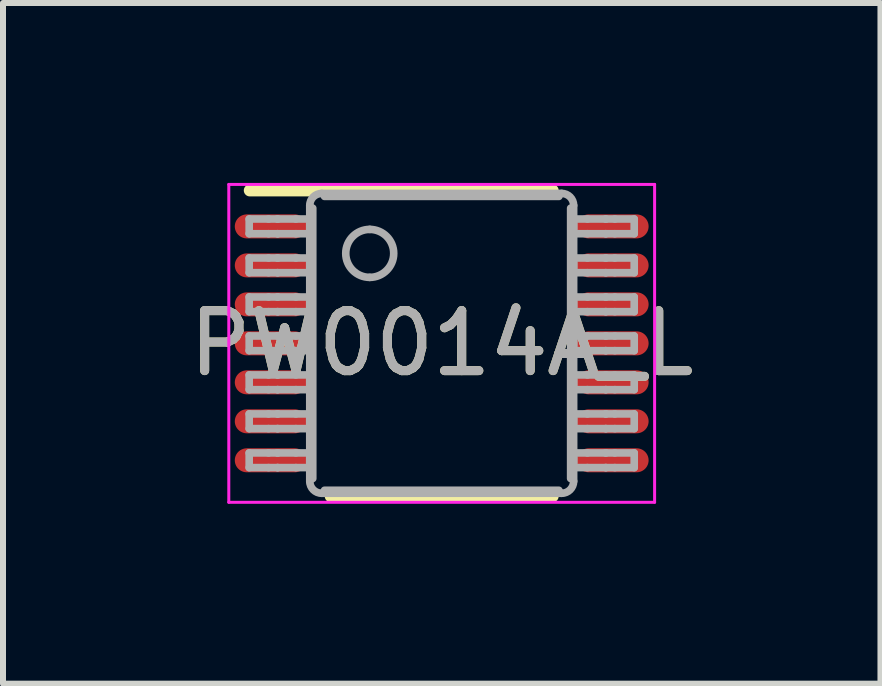
<source format=kicad_pcb>
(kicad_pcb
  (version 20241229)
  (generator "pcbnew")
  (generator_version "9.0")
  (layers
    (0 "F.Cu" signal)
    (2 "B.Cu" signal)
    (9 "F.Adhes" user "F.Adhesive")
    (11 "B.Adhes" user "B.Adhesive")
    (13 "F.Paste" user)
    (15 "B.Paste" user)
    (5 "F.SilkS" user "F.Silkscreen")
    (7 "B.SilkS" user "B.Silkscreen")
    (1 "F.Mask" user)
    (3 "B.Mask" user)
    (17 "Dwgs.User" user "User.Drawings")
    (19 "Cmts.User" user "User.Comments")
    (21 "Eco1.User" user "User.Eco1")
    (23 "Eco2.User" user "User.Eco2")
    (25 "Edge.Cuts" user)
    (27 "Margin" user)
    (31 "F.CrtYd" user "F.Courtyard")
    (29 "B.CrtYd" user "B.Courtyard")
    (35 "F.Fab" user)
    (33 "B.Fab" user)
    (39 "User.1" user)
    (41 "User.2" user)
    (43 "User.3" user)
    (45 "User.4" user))
  (footprint "PW0014A_L"
    (layer "F.Cu")
    (at 4.315 2.675)
    (property "Reference" "PW0014A_L" (at 0 0 0) (unlocked yes) (layer "F.SilkS") (effects (font (size 1 1) (thickness 0.15))))
    (attr smd)
    (fp_line (start -3.2 -2.55) (end 1.85 -2.55) (stroke (width 0.2) (type solid)) (layer "F.SilkS"))
    (fp_line (start -1.85 2.55) (end 1.85 2.55) (stroke (width 0.2) (type solid)) (layer "F.SilkS"))
    (fp_line (start -3.55 -2.65) (end 3.55 -2.65) (stroke (width 0.05) (type solid)) (layer "F.CrtYd"))
    (fp_line (start -3.55 2.65) (end -3.55 -2.65) (stroke (width 0.05) (type solid)) (layer "F.CrtYd"))
    (fp_line (start -3.55 2.65) (end 3.55 2.65) (stroke (width 0.05) (type solid)) (layer "F.CrtYd"))
    (fp_line (start 3.55 2.65) (end 3.55 -2.65) (stroke (width 0.05) (type solid)) (layer "F.CrtYd"))
    (fp_line (start -3.21 -2.073) (end -2.887 -2.073) (stroke (width 0.127) (type solid)) (layer "F.Fab"))
    (fp_line (start -3.21 -1.828) (end -3.21 -2.073) (stroke (width 0.127) (type solid)) (layer "F.Fab"))
    (fp_line (start -3.21 -1.828) (end -2.887 -1.828) (stroke (width 0.127) (type solid)) (layer "F.Fab"))
    (fp_line (start -3.21 -1.423) (end -2.887 -1.423) (stroke (width 0.127) (type solid)) (layer "F.Fab"))
    (fp_line (start -3.21 -1.178) (end -3.21 -1.423) (stroke (width 0.127) (type solid)) (layer "F.Fab"))
    (fp_line (start -3.21 -1.178) (end -2.887 -1.178) (stroke (width 0.127) (type solid)) (layer "F.Fab"))
    (fp_line (start -3.21 -0.773) (end -2.887 -0.773) (stroke (width 0.127) (type solid)) (layer "F.Fab"))
    (fp_line (start -3.21 -0.528) (end -3.21 -0.773) (stroke (width 0.127) (type solid)) (layer "F.Fab"))
    (fp_line (start -3.21 -0.528) (end -2.887 -0.528) (stroke (width 0.127) (type solid)) (layer "F.Fab"))
    (fp_line (start -3.21 -0.123) (end -2.887 -0.123) (stroke (width 0.127) (type solid)) (layer "F.Fab"))
    (fp_line (start -3.21 0.122) (end -3.21 -0.123) (stroke (width 0.127) (type solid)) (layer "F.Fab"))
    (fp_line (start -3.21 0.122) (end -2.887 0.122) (stroke (width 0.127) (type solid)) (layer "F.Fab"))
    (fp_line (start -3.21 0.527) (end -2.887 0.527) (stroke (width 0.127) (type solid)) (layer "F.Fab"))
    (fp_line (start -3.21 0.772) (end -3.21 0.527) (stroke (width 0.127) (type solid)) (layer "F.Fab"))
    (fp_line (start -3.21 0.772) (end -2.887 0.772) (stroke (width 0.127) (type solid)) (layer "F.Fab"))
    (fp_line (start -3.21 1.177) (end -2.887 1.177) (stroke (width 0.127) (type solid)) (layer "F.Fab"))
    (fp_line (start -3.21 1.422) (end -3.21 1.177) (stroke (width 0.127) (type solid)) (layer "F.Fab"))
    (fp_line (start -3.21 1.422) (end -2.887 1.422) (stroke (width 0.127) (type solid)) (layer "F.Fab"))
    (fp_line (start -3.21 1.827) (end -2.887 1.827) (stroke (width 0.127) (type solid)) (layer "F.Fab"))
    (fp_line (start -3.21 2.072) (end -3.21 1.827) (stroke (width 0.127) (type solid)) (layer "F.Fab"))
    (fp_line (start -3.21 2.072) (end -2.887 2.072) (stroke (width 0.127) (type solid)) (layer "F.Fab"))
    (fp_line (start -2.887 -2.073) (end -2.739 -2.073) (stroke (width 0.127) (type solid)) (layer "F.Fab"))
    (fp_line (start -2.887 -1.828) (end -2.739 -1.828) (stroke (width 0.127) (type solid)) (layer "F.Fab"))
    (fp_line (start -2.887 -1.423) (end -2.739 -1.423) (stroke (width 0.127) (type solid)) (layer "F.Fab"))
    (fp_line (start -2.887 -1.178) (end -2.739 -1.178) (stroke (width 0.127) (type solid)) (layer "F.Fab"))
    (fp_line (start -2.887 -0.773) (end -2.739 -0.773) (stroke (width 0.127) (type solid)) (layer "F.Fab"))
    (fp_line (start -2.887 -0.528) (end -2.739 -0.528) (stroke (width 0.127) (type solid)) (layer "F.Fab"))
    (fp_line (start -2.887 -0.123) (end -2.739 -0.123) (stroke (width 0.127) (type solid)) (layer "F.Fab"))
    (fp_line (start -2.887 0.122) (end -2.739 0.122) (stroke (width 0.127) (type solid)) (layer "F.Fab"))
    (fp_line (start -2.887 0.527) (end -2.739 0.527) (stroke (width 0.127) (type solid)) (layer "F.Fab"))
    (fp_line (start -2.887 0.772) (end -2.739 0.772) (stroke (width 0.127) (type solid)) (layer "F.Fab"))
    (fp_line (start -2.887 1.177) (end -2.739 1.177) (stroke (width 0.127) (type solid)) (layer "F.Fab"))
    (fp_line (start -2.887 1.422) (end -2.739 1.422) (stroke (width 0.127) (type solid)) (layer "F.Fab"))
    (fp_line (start -2.887 1.827) (end -2.739 1.827) (stroke (width 0.127) (type solid)) (layer "F.Fab"))
    (fp_line (start -2.887 2.072) (end -2.739 2.072) (stroke (width 0.127) (type solid)) (layer "F.Fab"))
    (fp_line (start -2.739 -2.073) (end -2.733 -2.073) (stroke (width 0.127) (type solid)) (layer "F.Fab"))
    (fp_line (start -2.739 -1.828) (end -2.733 -1.828) (stroke (width 0.127) (type solid)) (layer "F.Fab"))
    (fp_line (start -2.739 -1.423) (end -2.733 -1.423) (stroke (width 0.127) (type solid)) (layer "F.Fab"))
    (fp_line (start -2.739 -1.178) (end -2.733 -1.178) (stroke (width 0.127) (type solid)) (layer "F.Fab"))
    (fp_line (start -2.739 -0.773) (end -2.733 -0.773) (stroke (width 0.127) (type solid)) (layer "F.Fab"))
    (fp_line (start -2.739 -0.528) (end -2.733 -0.528) (stroke (width 0.127) (type solid)) (layer "F.Fab"))
    (fp_line (start -2.739 -0.123) (end -2.733 -0.123) (stroke (width 0.127) (type solid)) (layer "F.Fab"))
    (fp_line (start -2.739 0.122) (end -2.733 0.122) (stroke (width 0.127) (type solid)) (layer "F.Fab"))
    (fp_line (start -2.739 0.527) (end -2.733 0.527) (stroke (width 0.127) (type solid)) (layer "F.Fab"))
    (fp_line (start -2.739 0.772) (end -2.733 0.772) (stroke (width 0.127) (type solid)) (layer "F.Fab"))
    (fp_line (start -2.739 1.177) (end -2.733 1.177) (stroke (width 0.127) (type solid)) (layer "F.Fab"))
    (fp_line (start -2.739 1.422) (end -2.733 1.422) (stroke (width 0.127) (type solid)) (layer "F.Fab"))
    (fp_line (start -2.739 1.827) (end -2.733 1.827) (stroke (width 0.127) (type solid)) (layer "F.Fab"))
    (fp_line (start -2.739 2.072) (end -2.733 2.072) (stroke (width 0.127) (type solid)) (layer "F.Fab"))
    (fp_line (start -2.733 -2.073) (end -2.431 -2.073) (stroke (width 0.127) (type solid)) (layer "F.Fab"))
    (fp_line (start -2.733 -1.828) (end -2.431 -1.828) (stroke (width 0.127) (type solid)) (layer "F.Fab"))
    (fp_line (start -2.733 -1.423) (end -2.431 -1.423) (stroke (width 0.127) (type solid)) (layer "F.Fab"))
    (fp_line (start -2.733 -1.178) (end -2.431 -1.178) (stroke (width 0.127) (type solid)) (layer "F.Fab"))
    (fp_line (start -2.733 -0.773) (end -2.431 -0.773) (stroke (width 0.127) (type solid)) (layer "F.Fab"))
    (fp_line (start -2.733 -0.528) (end -2.431 -0.528) (stroke (width 0.127) (type solid)) (layer "F.Fab"))
    (fp_line (start -2.733 -0.123) (end -2.431 -0.123) (stroke (width 0.127) (type solid)) (layer "F.Fab"))
    (fp_line (start -2.733 0.122) (end -2.431 0.122) (stroke (width 0.127) (type solid)) (layer "F.Fab"))
    (fp_line (start -2.733 0.527) (end -2.431 0.527) (stroke (width 0.127) (type solid)) (layer "F.Fab"))
    (fp_line (start -2.733 0.772) (end -2.431 0.772) (stroke (width 0.127) (type solid)) (layer "F.Fab"))
    (fp_line (start -2.733 1.177) (end -2.431 1.177) (stroke (width 0.127) (type solid)) (layer "F.Fab"))
    (fp_line (start -2.733 1.422) (end -2.431 1.422) (stroke (width 0.127) (type solid)) (layer "F.Fab"))
    (fp_line (start -2.733 1.827) (end -2.431 1.827) (stroke (width 0.127) (type solid)) (layer "F.Fab"))
    (fp_line (start -2.733 2.072) (end -2.431 2.072) (stroke (width 0.127) (type solid)) (layer "F.Fab"))
    (fp_line (start -2.431 -2.073) (end -2.2 -2.073) (stroke (width 0.127) (type solid)) (layer "F.Fab"))
    (fp_line (start -2.431 -1.828) (end -2.2 -1.828) (stroke (width 0.127) (type solid)) (layer "F.Fab"))
    (fp_line (start -2.431 -1.423) (end -2.2 -1.423) (stroke (width 0.127) (type solid)) (layer "F.Fab"))
    (fp_line (start -2.431 -1.178) (end -2.2 -1.178) (stroke (width 0.127) (type solid)) (layer "F.Fab"))
    (fp_line (start -2.431 -0.773) (end -2.2 -0.773) (stroke (width 0.127) (type solid)) (layer "F.Fab"))
    (fp_line (start -2.431 -0.528) (end -2.2 -0.528) (stroke (width 0.127) (type solid)) (layer "F.Fab"))
    (fp_line (start -2.431 -0.123) (end -2.2 -0.123) (stroke (width 0.127) (type solid)) (layer "F.Fab"))
    (fp_line (start -2.431 0.122) (end -2.2 0.122) (stroke (width 0.127) (type solid)) (layer "F.Fab"))
    (fp_line (start -2.431 0.527) (end -2.2 0.527) (stroke (width 0.127) (type solid)) (layer "F.Fab"))
    (fp_line (start -2.431 0.772) (end -2.2 0.772) (stroke (width 0.127) (type solid)) (layer "F.Fab"))
    (fp_line (start -2.431 1.177) (end -2.2 1.177) (stroke (width 0.127) (type solid)) (layer "F.Fab"))
    (fp_line (start -2.431 1.422) (end -2.2 1.422) (stroke (width 0.127) (type solid)) (layer "F.Fab"))
    (fp_line (start -2.431 1.827) (end -2.2 1.827) (stroke (width 0.127) (type solid)) (layer "F.Fab"))
    (fp_line (start -2.431 2.072) (end -2.2 2.072) (stroke (width 0.127) (type solid)) (layer "F.Fab"))
    (fp_line (start -2.2 -1.828) (end -2.2 -2.073) (stroke (width 0.127) (type solid)) (layer "F.Fab"))
    (fp_line (start -2.2 -1.178) (end -2.2 -1.423) (stroke (width 0.127) (type solid)) (layer "F.Fab"))
    (fp_line (start -2.2 -0.528) (end -2.2 -0.773) (stroke (width 0.127) (type solid)) (layer "F.Fab"))
    (fp_line (start -2.2 0.122) (end -2.2 -0.123) (stroke (width 0.127) (type solid)) (layer "F.Fab"))
    (fp_line (start -2.2 0.772) (end -2.2 0.527) (stroke (width 0.127) (type solid)) (layer "F.Fab"))
    (fp_line (start -2.2 1.422) (end -2.2 1.177) (stroke (width 0.127) (type solid)) (layer "F.Fab"))
    (fp_line (start -2.2 2.072) (end -2.2 1.827) (stroke (width 0.127) (type solid)) (layer "F.Fab"))
    (fp_line (start -2.2 2.3) (end -2.2 -2.3) (stroke (width 0.127) (type solid)) (layer "F.Fab"))
    (fp_line (start -2.15 2.254) (end -2.15 -2.254) (stroke (width 0.127) (type solid)) (layer "F.Fab"))
    (fp_line (start -2 -2.5) (end 2 -2.5) (stroke (width 0.127) (type solid)) (layer "F.Fab"))
    (fp_line (start -2 2.5) (end 2 2.5) (stroke (width 0.127) (type solid)) (layer "F.Fab"))
    (fp_line (start -1.954 -2.45) (end 1.954 -2.45) (stroke (width 0.127) (type solid)) (layer "F.Fab"))
    (fp_line (start -1.954 2.45) (end 1.954 2.45) (stroke (width 0.127) (type solid)) (layer "F.Fab"))
    (fp_line (start 2.15 2.254) (end 2.15 -2.254) (stroke (width 0.127) (type solid)) (layer "F.Fab"))
    (fp_line (start 2.2 -2.073) (end 2.43 -2.073) (stroke (width 0.127) (type solid)) (layer "F.Fab"))
    (fp_line (start 2.2 -1.828) (end 2.2 -2.073) (stroke (width 0.127) (type solid)) (layer "F.Fab"))
    (fp_line (start 2.2 -1.828) (end 2.43 -1.828) (stroke (width 0.127) (type solid)) (layer "F.Fab"))
    (fp_line (start 2.2 -1.423) (end 2.43 -1.423) (stroke (width 0.127) (type solid)) (layer "F.Fab"))
    (fp_line (start 2.2 -1.178) (end 2.2 -1.423) (stroke (width 0.127) (type solid)) (layer "F.Fab"))
    (fp_line (start 2.2 -1.178) (end 2.43 -1.178) (stroke (width 0.127) (type solid)) (layer "F.Fab"))
    (fp_line (start 2.2 -0.773) (end 2.43 -0.773) (stroke (width 0.127) (type solid)) (layer "F.Fab"))
    (fp_line (start 2.2 -0.528) (end 2.2 -0.773) (stroke (width 0.127) (type solid)) (layer "F.Fab"))
    (fp_line (start 2.2 -0.528) (end 2.43 -0.528) (stroke (width 0.127) (type solid)) (layer "F.Fab"))
    (fp_line (start 2.2 -0.123) (end 2.43 -0.123) (stroke (width 0.127) (type solid)) (layer "F.Fab"))
    (fp_line (start 2.2 0.122) (end 2.2 -0.123) (stroke (width 0.127) (type solid)) (layer "F.Fab"))
    (fp_line (start 2.2 0.122) (end 2.43 0.122) (stroke (width 0.127) (type solid)) (layer "F.Fab"))
    (fp_line (start 2.2 0.527) (end 2.43 0.527) (stroke (width 0.127) (type solid)) (layer "F.Fab"))
    (fp_line (start 2.2 0.772) (end 2.2 0.527) (stroke (width 0.127) (type solid)) (layer "F.Fab"))
    (fp_line (start 2.2 0.772) (end 2.43 0.772) (stroke (width 0.127) (type solid)) (layer "F.Fab"))
    (fp_line (start 2.2 1.177) (end 2.43 1.177) (stroke (width 0.127) (type solid)) (layer "F.Fab"))
    (fp_line (start 2.2 1.422) (end 2.2 1.177) (stroke (width 0.127) (type solid)) (layer "F.Fab"))
    (fp_line (start 2.2 1.422) (end 2.43 1.422) (stroke (width 0.127) (type solid)) (layer "F.Fab"))
    (fp_line (start 2.2 1.827) (end 2.43 1.827) (stroke (width 0.127) (type solid)) (layer "F.Fab"))
    (fp_line (start 2.2 2.072) (end 2.2 1.827) (stroke (width 0.127) (type solid)) (layer "F.Fab"))
    (fp_line (start 2.2 2.072) (end 2.43 2.072) (stroke (width 0.127) (type solid)) (layer "F.Fab"))
    (fp_line (start 2.2 2.3) (end 2.2 -2.3) (stroke (width 0.127) (type solid)) (layer "F.Fab"))
    (fp_line (start 2.43 -2.073) (end 2.733 -2.073) (stroke (width 0.127) (type solid)) (layer "F.Fab"))
    (fp_line (start 2.43 -1.828) (end 2.733 -1.828) (stroke (width 0.127) (type solid)) (layer "F.Fab"))
    (fp_line (start 2.43 -1.423) (end 2.733 -1.423) (stroke (width 0.127) (type solid)) (layer "F.Fab"))
    (fp_line (start 2.43 -1.178) (end 2.733 -1.178) (stroke (width 0.127) (type solid)) (layer "F.Fab"))
    (fp_line (start 2.43 -0.773) (end 2.733 -0.773) (stroke (width 0.127) (type solid)) (layer "F.Fab"))
    (fp_line (start 2.43 -0.528) (end 2.733 -0.528) (stroke (width 0.127) (type solid)) (layer "F.Fab"))
    (fp_line (start 2.43 -0.123) (end 2.733 -0.123) (stroke (width 0.127) (type solid)) (layer "F.Fab"))
    (fp_line (start 2.43 0.122) (end 2.733 0.122) (stroke (width 0.127) (type solid)) (layer "F.Fab"))
    (fp_line (start 2.43 0.527) (end 2.733 0.527) (stroke (width 0.127) (type solid)) (layer "F.Fab"))
    (fp_line (start 2.43 0.772) (end 2.733 0.772) (stroke (width 0.127) (type solid)) (layer "F.Fab"))
    (fp_line (start 2.43 1.177) (end 2.733 1.177) (stroke (width 0.127) (type solid)) (layer "F.Fab"))
    (fp_line (start 2.43 1.422) (end 2.733 1.422) (stroke (width 0.127) (type solid)) (layer "F.Fab"))
    (fp_line (start 2.43 1.827) (end 2.733 1.827) (stroke (width 0.127) (type solid)) (layer "F.Fab"))
    (fp_line (start 2.43 2.072) (end 2.733 2.072) (stroke (width 0.127) (type solid)) (layer "F.Fab"))
    (fp_line (start 2.733 -2.073) (end 2.739 -2.073) (stroke (width 0.127) (type solid)) (layer "F.Fab"))
    (fp_line (start 2.733 -1.828) (end 2.739 -1.828) (stroke (width 0.127) (type solid)) (layer "F.Fab"))
    (fp_line (start 2.733 -1.423) (end 2.739 -1.423) (stroke (width 0.127) (type solid)) (layer "F.Fab"))
    (fp_line (start 2.733 -1.178) (end 2.739 -1.178) (stroke (width 0.127) (type solid)) (layer "F.Fab"))
    (fp_line (start 2.733 -0.773) (end 2.739 -0.773) (stroke (width 0.127) (type solid)) (layer "F.Fab"))
    (fp_line (start 2.733 -0.528) (end 2.739 -0.528) (stroke (width 0.127) (type solid)) (layer "F.Fab"))
    (fp_line (start 2.733 -0.123) (end 2.739 -0.123) (stroke (width 0.127) (type solid)) (layer "F.Fab"))
    (fp_line (start 2.733 0.122) (end 2.739 0.122) (stroke (width 0.127) (type solid)) (layer "F.Fab"))
    (fp_line (start 2.733 0.527) (end 2.739 0.527) (stroke (width 0.127) (type solid)) (layer "F.Fab"))
    (fp_line (start 2.733 0.772) (end 2.739 0.772) (stroke (width 0.127) (type solid)) (layer "F.Fab"))
    (fp_line (start 2.733 1.177) (end 2.739 1.177) (stroke (width 0.127) (type solid)) (layer "F.Fab"))
    (fp_line (start 2.733 1.422) (end 2.739 1.422) (stroke (width 0.127) (type solid)) (layer "F.Fab"))
    (fp_line (start 2.733 1.827) (end 2.739 1.827) (stroke (width 0.127) (type solid)) (layer "F.Fab"))
    (fp_line (start 2.733 2.072) (end 2.739 2.072) (stroke (width 0.127) (type solid)) (layer "F.Fab"))
    (fp_line (start 2.739 -2.073) (end 2.887 -2.073) (stroke (width 0.127) (type solid)) (layer "F.Fab"))
    (fp_line (start 2.739 -1.828) (end 2.887 -1.828) (stroke (width 0.127) (type solid)) (layer "F.Fab"))
    (fp_line (start 2.739 -1.423) (end 2.887 -1.423) (stroke (width 0.127) (type solid)) (layer "F.Fab"))
    (fp_line (start 2.739 -1.178) (end 2.887 -1.178) (stroke (width 0.127) (type solid)) (layer "F.Fab"))
    (fp_line (start 2.739 -0.773) (end 2.887 -0.773) (stroke (width 0.127) (type solid)) (layer "F.Fab"))
    (fp_line (start 2.739 -0.528) (end 2.887 -0.528) (stroke (width 0.127) (type solid)) (layer "F.Fab"))
    (fp_line (start 2.739 -0.123) (end 2.887 -0.123) (stroke (width 0.127) (type solid)) (layer "F.Fab"))
    (fp_line (start 2.739 0.122) (end 2.887 0.122) (stroke (width 0.127) (type solid)) (layer "F.Fab"))
    (fp_line (start 2.739 0.527) (end 2.887 0.527) (stroke (width 0.127) (type solid)) (layer "F.Fab"))
    (fp_line (start 2.739 0.772) (end 2.887 0.772) (stroke (width 0.127) (type solid)) (layer "F.Fab"))
    (fp_line (start 2.739 1.177) (end 2.887 1.177) (stroke (width 0.127) (type solid)) (layer "F.Fab"))
    (fp_line (start 2.739 1.422) (end 2.887 1.422) (stroke (width 0.127) (type solid)) (layer "F.Fab"))
    (fp_line (start 2.739 1.827) (end 2.887 1.827) (stroke (width 0.127) (type solid)) (layer "F.Fab"))
    (fp_line (start 2.739 2.072) (end 2.887 2.072) (stroke (width 0.127) (type solid)) (layer "F.Fab"))
    (fp_line (start 2.887 -2.073) (end 3.21 -2.073) (stroke (width 0.127) (type solid)) (layer "F.Fab"))
    (fp_line (start 2.887 -1.828) (end 3.21 -1.828) (stroke (width 0.127) (type solid)) (layer "F.Fab"))
    (fp_line (start 2.887 -1.423) (end 3.21 -1.423) (stroke (width 0.127) (type solid)) (layer "F.Fab"))
    (fp_line (start 2.887 -1.178) (end 3.21 -1.178) (stroke (width 0.127) (type solid)) (layer "F.Fab"))
    (fp_line (start 2.887 -0.773) (end 3.21 -0.773) (stroke (width 0.127) (type solid)) (layer "F.Fab"))
    (fp_line (start 2.887 -0.528) (end 3.21 -0.528) (stroke (width 0.127) (type solid)) (layer "F.Fab"))
    (fp_line (start 2.887 -0.123) (end 3.21 -0.123) (stroke (width 0.127) (type solid)) (layer "F.Fab"))
    (fp_line (start 2.887 0.122) (end 3.21 0.122) (stroke (width 0.127) (type solid)) (layer "F.Fab"))
    (fp_line (start 2.887 0.527) (end 3.21 0.527) (stroke (width 0.127) (type solid)) (layer "F.Fab"))
    (fp_line (start 2.887 0.772) (end 3.21 0.772) (stroke (width 0.127) (type solid)) (layer "F.Fab"))
    (fp_line (start 2.887 1.177) (end 3.21 1.177) (stroke (width 0.127) (type solid)) (layer "F.Fab"))
    (fp_line (start 2.887 1.422) (end 3.21 1.422) (stroke (width 0.127) (type solid)) (layer "F.Fab"))
    (fp_line (start 2.887 1.827) (end 3.21 1.827) (stroke (width 0.127) (type solid)) (layer "F.Fab"))
    (fp_line (start 2.887 2.072) (end 3.21 2.072) (stroke (width 0.127) (type solid)) (layer "F.Fab"))
    (fp_line (start 3.21 -1.828) (end 3.21 -2.073) (stroke (width 0.127) (type solid)) (layer "F.Fab"))
    (fp_line (start 3.21 -1.178) (end 3.21 -1.423) (stroke (width 0.127) (type solid)) (layer "F.Fab"))
    (fp_line (start 3.21 -0.528) (end 3.21 -0.773) (stroke (width 0.127) (type solid)) (layer "F.Fab"))
    (fp_line (start 3.21 0.122) (end 3.21 -0.123) (stroke (width 0.127) (type solid)) (layer "F.Fab"))
    (fp_line (start 3.21 0.772) (end 3.21 0.527) (stroke (width 0.127) (type solid)) (layer "F.Fab"))
    (fp_line (start 3.21 1.422) (end 3.21 1.177) (stroke (width 0.127) (type solid)) (layer "F.Fab"))
    (fp_line (start 3.21 2.072) (end 3.21 1.827) (stroke (width 0.127) (type solid)) (layer "F.Fab"))
    (fp_arc (start -2.200001 -2.3) (mid -2.141422 -2.441421) (end -2.000001 -2.5) (stroke (width 0.127) (type solid)) (layer "F.Fab"))
    (fp_arc (start -2.000001 2.49999) (mid -2.141422 2.441412) (end -2.200001 2.29999) (stroke (width 0.127) (type solid)) (layer "F.Fab"))
    (fp_arc (start -1.200003 -1.900001) (mid -0.800003 -1.500002) (end -1.200003 -1.100003) (stroke (width 0.127) (type solid)) (layer "F.Fab"))
    (fp_arc (start -1.200003 -1.100003) (mid -1.600002 -1.500002) (end -1.200003 -1.900001) (stroke (width 0.127) (type solid)) (layer "F.Fab"))
    (fp_arc (start 1.999991 -2.5) (mid 2.141412 -2.441422) (end 2.199991 -2.3) (stroke (width 0.127) (type solid)) (layer "F.Fab"))
    (fp_arc (start 2.199991 2.29999) (mid 2.141412 2.441411) (end 1.999991 2.49999) (stroke (width 0.127) (type solid)) (layer "F.Fab"))
    (fp_text user "${REFERENCE}" (at 0 0 0) (unlocked yes) (layer "F.Fab") (effects (font (size 1 1) (thickness 0.15))))
    (pad "1" smd oval (at -2.85 -1.95 90) (size 0.4 1.2) (layers "F.Cu" "F.Mask" "F.Paste"))
    (pad "2" smd oval (at -2.85 -1.3 90) (size 0.4 1.2) (layers "F.Cu" "F.Mask" "F.Paste"))
    (pad "3" smd oval (at -2.85 -0.65 90) (size 0.4 1.2) (layers "F.Cu" "F.Mask" "F.Paste"))
    (pad "4" smd oval (at -2.85 0 90) (size 0.4 1.2) (layers "F.Cu" "F.Mask" "F.Paste"))
    (pad "5" smd oval (at -2.85 0.65 90) (size 0.4 1.2) (layers "F.Cu" "F.Mask" "F.Paste"))
    (pad "6" smd oval (at -2.85 1.3 90) (size 0.4 1.2) (layers "F.Cu" "F.Mask" "F.Paste"))
    (pad "7" smd oval (at -2.85 1.95 90) (size 0.4 1.2) (layers "F.Cu" "F.Mask" "F.Paste"))
    (pad "8" smd oval (at 2.85 1.95 90) (size 0.4 1.2) (layers "F.Cu" "F.Mask" "F.Paste"))
    (pad "9" smd oval (at 2.85 1.3 90) (size 0.4 1.2) (layers "F.Cu" "F.Mask" "F.Paste"))
    (pad "10" smd oval (at 2.85 0.65 90) (size 0.4 1.2) (layers "F.Cu" "F.Mask" "F.Paste"))
    (pad "11" smd oval (at 2.85 0 90) (size 0.4 1.2) (layers "F.Cu" "F.Mask" "F.Paste"))
    (pad "12" smd oval (at 2.85 -0.65 90) (size 0.4 1.2) (layers "F.Cu" "F.Mask" "F.Paste"))
    (pad "13" smd oval (at 2.85 -1.3 90) (size 0.4 1.2) (layers "F.Cu" "F.Mask" "F.Paste"))
    (pad "14" smd oval (at 2.85 -1.95 90) (size 0.4 1.2) (layers "F.Cu" "F.Mask" "F.Paste")))
  (gr_rect
    (start -3 -3)
    (end 11.631 8.35)
    (stroke (width 0.1) (type default))
    (fill no)
    (layer "Edge.Cuts")))
</source>
